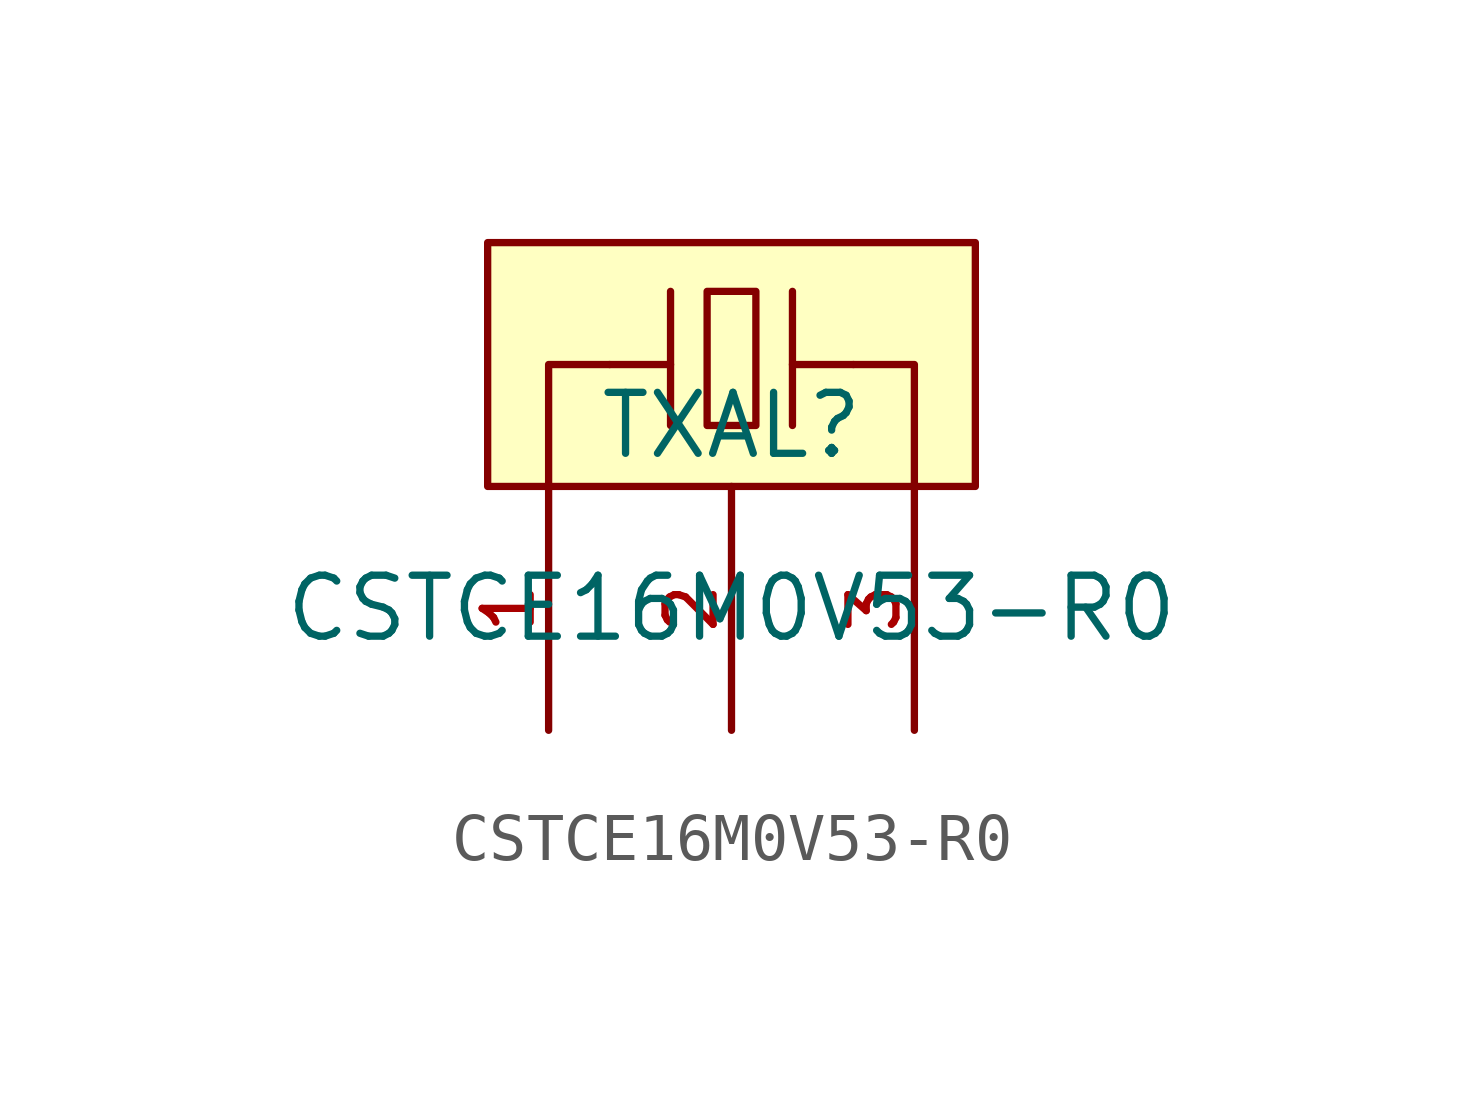
<source format=kicad_sym>
(kicad_symbol_lib
  (version 20210201)
  (generator TousstNicolas/JLC2KiCad_lib)
  (symbol "CSTCE16M0V53-R0"
    (pin_names hide)
    (property "Reference" "TXAL"
      (at 0 1.27 0)
      (effects (font (size 1.27 1.27))))
    (property "Value" "CSTCE16M0V53-R0"
      (at 0 -2.54 0)
      (effects (font (size 1.27 1.27))))
    (symbol "CSTCE16M0V53-R0_0_1"
      (polyline (pts (xy 0.508 1.27) (xy 0.0 1.27) (xy -0.508 1.27) (xy -0.508 4.064) (xy 0.508 4.064) (xy 0.508 1.27)) (stroke (width 0) (type default) (color 0 0 0 0)) (fill (type none)))
      (polyline (pts (xy 1.27 1.27) (xy 1.27 4.064)) (stroke (width 0) (type default) (color 0 0 0 0)) (fill (type none)))
      (polyline (pts (xy -1.27 1.27) (xy -1.27 4.064)) (stroke (width 0) (type default) (color 0 0 0 0)) (fill (type none)))
      (polyline (pts (xy -1.27 2.54) (xy -2.54 2.54)) (stroke (width 0) (type default) (color 0 0 0 0)) (fill (type none)))
      (polyline (pts (xy 1.27 2.54) (xy 2.54 2.54)) (stroke (width 0) (type default) (color 0 0 0 0)) (fill (type none)))
      (pin unspecified line (at -3.81 -5.08 90) (length 5.08) (name "1" (effects (font (size 1 1)))) (number "1" (effects (font (size 1 1)))))
      (pin unspecified line (at 0.0 -5.08 90) (length 5.08) (name "2" (effects (font (size 1 1)))) (number "2" (effects (font (size 1 1)))))
      (pin unspecified line (at 3.81 -5.08 90) (length 5.08) (name "3" (effects (font (size 1 1)))) (number "3" (effects (font (size 1 1)))))
      (polyline (pts (xy -2.54 2.54) (xy -3.81 2.54) (xy -3.81 -0.0)) (stroke (width 0) (type default) (color 0 0 0 0)) (fill (type none)))
      (polyline (pts (xy 2.54 2.54) (xy 3.81 2.54) (xy 3.81 -0.0)) (stroke (width 0) (type default) (color 0 0 0 0)) (fill (type none)))
      (rectangle (start -5.08 5.08) (end 5.08 -0.0) (stroke (width 0) (type default) (color 0 0 0 0)) (fill (type background))))))
</source>
